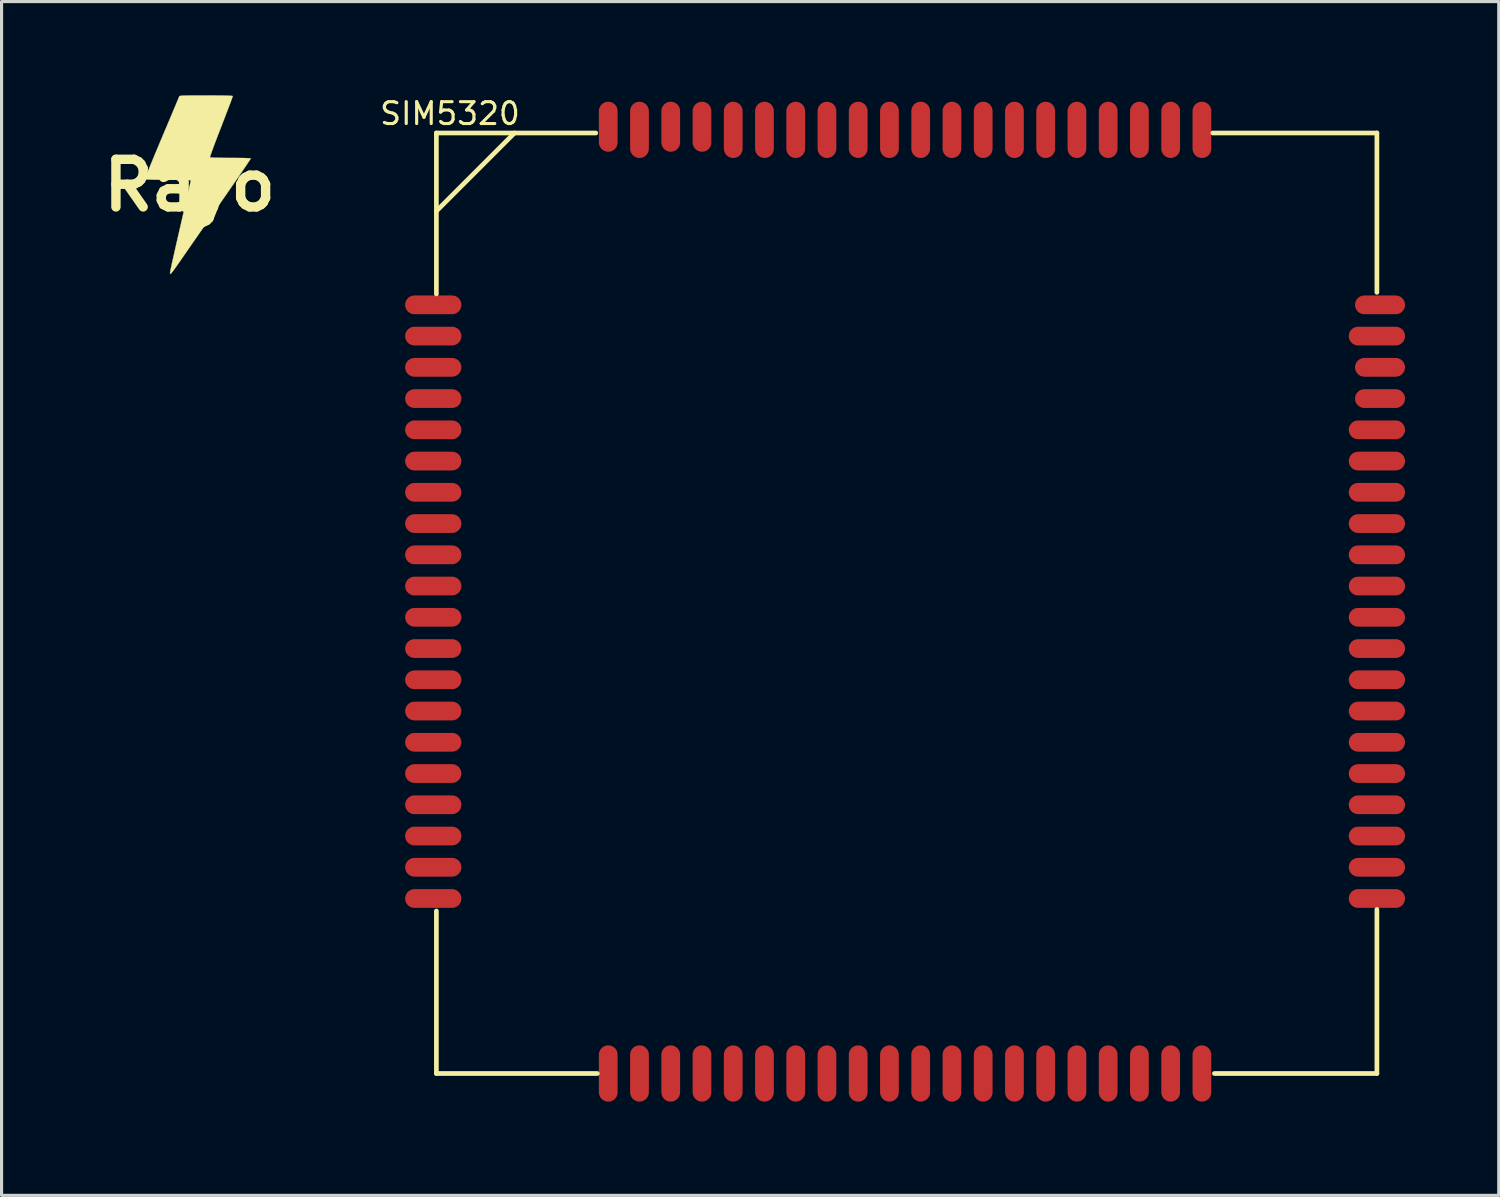
<source format=kicad_pcb>
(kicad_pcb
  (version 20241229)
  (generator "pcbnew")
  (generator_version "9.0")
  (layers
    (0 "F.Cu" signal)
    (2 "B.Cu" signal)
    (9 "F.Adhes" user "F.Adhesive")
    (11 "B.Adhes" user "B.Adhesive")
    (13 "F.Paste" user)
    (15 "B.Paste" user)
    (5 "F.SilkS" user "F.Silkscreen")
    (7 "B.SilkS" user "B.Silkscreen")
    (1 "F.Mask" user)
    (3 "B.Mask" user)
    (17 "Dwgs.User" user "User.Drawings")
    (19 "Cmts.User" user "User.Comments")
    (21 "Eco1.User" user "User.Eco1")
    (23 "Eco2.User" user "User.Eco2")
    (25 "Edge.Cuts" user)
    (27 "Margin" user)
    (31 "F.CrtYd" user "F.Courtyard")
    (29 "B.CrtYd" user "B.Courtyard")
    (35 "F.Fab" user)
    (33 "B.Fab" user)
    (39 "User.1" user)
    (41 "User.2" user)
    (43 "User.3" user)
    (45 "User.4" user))
  (footprint "SIM5320"
    (layer "F.Cu")
    (at 10.916 1.206)
    (property "Reference" "SIM5320" (at 0.435 -0.621 0) (layer "F.SilkS") (effects (font (size 0.7 0.7) (thickness 0.1))))
    (attr through_hole)
    (fp_line (start 0 0) (end 5.1 0) (stroke (width 0.15) (type solid)) (layer "F.SilkS"))
    (fp_line (start 0 2.5) (end 2.5 0) (stroke (width 0.15) (type solid)) (layer "F.SilkS"))
    (fp_line (start 0 5.15) (end 0 0) (stroke (width 0.15) (type solid)) (layer "F.SilkS"))
    (fp_line (start 0 30.1) (end 0 24.9) (stroke (width 0.15) (type solid)) (layer "F.SilkS"))
    (fp_line (start 5.15 30.1) (end 0 30.1) (stroke (width 0.15) (type solid)) (layer "F.SilkS"))
    (fp_line (start 24.85 0) (end 30.1 0) (stroke (width 0.15) (type solid)) (layer "F.SilkS"))
    (fp_line (start 30.1 0) (end 30.1 5.1) (stroke (width 0.15) (type solid)) (layer "F.SilkS"))
    (fp_line (start 30.1 24.85) (end 30.1 30.1) (stroke (width 0.15) (type solid)) (layer "F.SilkS"))
    (fp_line (start 30.1 30.1) (end 24.9 30.1) (stroke (width 0.15) (type solid)) (layer "F.SilkS"))
    (pad "1" smd oval (at -0.1 5.5) (size 1.8 0.6) (layers "F.Cu" "F.Mask" "F.Paste"))
    (pad "2" smd oval (at -0.1 6.5) (size 1.8 0.6) (layers "F.Cu" "F.Mask" "F.Paste"))
    (pad "3" smd oval (at -0.1 7.5) (size 1.8 0.6) (layers "F.Cu" "F.Mask" "F.Paste"))
    (pad "4" smd oval (at -0.1 8.5) (size 1.8 0.6) (layers "F.Cu" "F.Mask" "F.Paste"))
    (pad "5" smd oval (at -0.1 9.5) (size 1.8 0.6) (layers "F.Cu" "F.Mask" "F.Paste"))
    (pad "6" smd oval (at -0.1 10.5) (size 1.8 0.6) (layers "F.Cu" "F.Mask" "F.Paste"))
    (pad "7" smd oval (at -0.1 11.5) (size 1.8 0.6) (layers "F.Cu" "F.Mask" "F.Paste"))
    (pad "8" smd oval (at -0.1 12.5) (size 1.8 0.6) (layers "F.Cu" "F.Mask" "F.Paste"))
    (pad "9" smd oval (at -0.1 13.5) (size 1.8 0.6) (layers "F.Cu" "F.Mask" "F.Paste"))
    (pad "10" smd oval (at -0.1 14.5) (size 1.8 0.6) (layers "F.Cu" "F.Mask" "F.Paste"))
    (pad "11" smd oval (at -0.1 15.5) (size 1.8 0.6) (layers "F.Cu" "F.Mask" "F.Paste"))
    (pad "12" smd oval (at -0.1 16.5) (size 1.8 0.6) (layers "F.Cu" "F.Mask" "F.Paste"))
    (pad "13" smd oval (at -0.1 17.5) (size 1.8 0.6) (layers "F.Cu" "F.Mask" "F.Paste"))
    (pad "14" smd oval (at -0.1 18.5) (size 1.8 0.6) (layers "F.Cu" "F.Mask" "F.Paste"))
    (pad "15" smd oval (at -0.1 19.5) (size 1.8 0.6) (layers "F.Cu" "F.Mask" "F.Paste"))
    (pad "16" smd oval (at -0.1 20.5) (size 1.8 0.6) (layers "F.Cu" "F.Mask" "F.Paste"))
    (pad "17" smd oval (at -0.1 21.5) (size 1.8 0.6) (layers "F.Cu" "F.Mask" "F.Paste"))
    (pad "18" smd oval (at -0.1 22.5) (size 1.8 0.6) (layers "F.Cu" "F.Mask" "F.Paste"))
    (pad "19" smd oval (at -0.1 23.5) (size 1.8 0.6) (layers "F.Cu" "F.Mask" "F.Paste"))
    (pad "20" smd oval (at -0.1 24.5) (size 1.8 0.6) (layers "F.Cu" "F.Mask" "F.Paste"))
    (pad "21" smd oval (at 5.5 30.1) (size 0.6 1.8) (layers "F.Cu" "F.Mask" "F.Paste"))
    (pad "22" smd oval (at 6.5 30.1) (size 0.6 1.8) (layers "F.Cu" "F.Mask" "F.Paste"))
    (pad "23" smd oval (at 7.5 30.1) (size 0.6 1.8) (layers "F.Cu" "F.Mask" "F.Paste"))
    (pad "24" smd oval (at 8.5 30.1) (size 0.6 1.8) (layers "F.Cu" "F.Mask" "F.Paste"))
    (pad "25" smd oval (at 9.5 30.1) (size 0.6 1.8) (layers "F.Cu" "F.Mask" "F.Paste"))
    (pad "26" smd oval (at 10.5 30.1) (size 0.6 1.8) (layers "F.Cu" "F.Mask" "F.Paste"))
    (pad "27" smd oval (at 11.5 30.1) (size 0.6 1.8) (layers "F.Cu" "F.Mask" "F.Paste"))
    (pad "28" smd oval (at 12.5 30.1) (size 0.6 1.8) (layers "F.Cu" "F.Mask" "F.Paste"))
    (pad "29" smd oval (at 13.5 30.1) (size 0.6 1.8) (layers "F.Cu" "F.Mask" "F.Paste"))
    (pad "30" smd oval (at 14.5 30.1) (size 0.6 1.8) (layers "F.Cu" "F.Mask" "F.Paste"))
    (pad "31" smd oval (at 15.5 30.1) (size 0.6 1.8) (layers "F.Cu" "F.Mask" "F.Paste"))
    (pad "32" smd oval (at 16.5 30.1) (size 0.6 1.8) (layers "F.Cu" "F.Mask" "F.Paste"))
    (pad "33" smd oval (at 17.5 30.1) (size 0.6 1.8) (layers "F.Cu" "F.Mask" "F.Paste"))
    (pad "34" smd oval (at 18.5 30.1) (size 0.6 1.8) (layers "F.Cu" "F.Mask" "F.Paste"))
    (pad "35" smd oval (at 19.5 30.1) (size 0.6 1.8) (layers "F.Cu" "F.Mask" "F.Paste"))
    (pad "36" smd oval (at 20.5 30.1) (size 0.6 1.8) (layers "F.Cu" "F.Mask" "F.Paste"))
    (pad "37" smd oval (at 21.5 30.1) (size 0.6 1.8) (layers "F.Cu" "F.Mask" "F.Paste"))
    (pad "38" smd oval (at 22.5 30.1) (size 0.6 1.8) (layers "F.Cu" "F.Mask" "F.Paste"))
    (pad "39" smd oval (at 23.5 30.1) (size 0.6 1.8) (layers "F.Cu" "F.Mask" "F.Paste"))
    (pad "40" smd oval (at 24.5 30.1) (size 0.6 1.8) (layers "F.Cu" "F.Mask" "F.Paste"))
    (pad "41" smd oval (at 30.1 24.5) (size 1.8 0.6) (layers "F.Cu" "F.Mask" "F.Paste"))
    (pad "42" smd oval (at 30.1 23.5) (size 1.8 0.6) (layers "F.Cu" "F.Mask" "F.Paste"))
    (pad "43" smd oval (at 30.1 22.5) (size 1.8 0.6) (layers "F.Cu" "F.Mask" "F.Paste"))
    (pad "44" smd oval (at 30.1 21.5) (size 1.8 0.6) (layers "F.Cu" "F.Mask" "F.Paste"))
    (pad "45" smd oval (at 30.1 20.5) (size 1.8 0.6) (layers "F.Cu" "F.Mask" "F.Paste"))
    (pad "46" smd oval (at 30.1 19.5) (size 1.8 0.6) (layers "F.Cu" "F.Mask" "F.Paste"))
    (pad "47" smd oval (at 30.1 18.5) (size 1.8 0.6) (layers "F.Cu" "F.Mask" "F.Paste"))
    (pad "48" smd oval (at 30.1 17.5) (size 1.8 0.6) (layers "F.Cu" "F.Mask" "F.Paste"))
    (pad "49" smd oval (at 30.1 16.5) (size 1.8 0.6) (layers "F.Cu" "F.Mask" "F.Paste"))
    (pad "50" smd oval (at 30.1 15.5) (size 1.8 0.6) (layers "F.Cu" "F.Mask" "F.Paste"))
    (pad "51" smd oval (at 30.1 14.5) (size 1.8 0.6) (layers "F.Cu" "F.Mask" "F.Paste"))
    (pad "52" smd oval (at 30.1 13.5) (size 1.8 0.6) (layers "F.Cu" "F.Mask" "F.Paste"))
    (pad "53" smd oval (at 30.1 12.5) (size 1.8 0.6) (layers "F.Cu" "F.Mask" "F.Paste"))
    (pad "54" smd oval (at 30.1 11.5) (size 1.8 0.6) (layers "F.Cu" "F.Mask" "F.Paste"))
    (pad "55" smd oval (at 30.1 10.5) (size 1.8 0.6) (layers "F.Cu" "F.Mask" "F.Paste"))
    (pad "56" smd oval (at 30.1 9.5) (size 1.8 0.6) (layers "F.Cu" "F.Mask" "F.Paste"))
    (pad "57" smd oval (at 30.2 8.5) (size 1.6 0.6) (layers "F.Cu" "F.Mask" "F.Paste"))
    (pad "58" smd oval (at 30.2 7.5) (size 1.6 0.6) (layers "F.Cu" "F.Mask" "F.Paste"))
    (pad "59" smd oval (at 30.1 6.5) (size 1.8 0.6) (layers "F.Cu" "F.Mask" "F.Paste"))
    (pad "60" smd oval (at 30.2 5.5) (size 1.6 0.6) (layers "F.Cu" "F.Mask" "F.Paste"))
    (pad "61" smd oval (at 24.5 -0.1) (size 0.6 1.8) (layers "F.Cu" "F.Mask" "F.Paste"))
    (pad "62" smd oval (at 23.5 -0.1) (size 0.6 1.8) (layers "F.Cu" "F.Mask" "F.Paste"))
    (pad "63" smd oval (at 22.5 -0.1) (size 0.6 1.8) (layers "F.Cu" "F.Mask" "F.Paste"))
    (pad "64" smd oval (at 21.5 -0.1) (size 0.6 1.8) (layers "F.Cu" "F.Mask" "F.Paste"))
    (pad "65" smd oval (at 20.5 -0.1) (size 0.6 1.8) (layers "F.Cu" "F.Mask" "F.Paste"))
    (pad "66" smd oval (at 19.5 -0.1) (size 0.6 1.8) (layers "F.Cu" "F.Mask" "F.Paste"))
    (pad "67" smd oval (at 18.5 -0.1) (size 0.6 1.8) (layers "F.Cu" "F.Mask" "F.Paste"))
    (pad "68" smd oval (at 17.5 -0.1) (size 0.6 1.8) (layers "F.Cu" "F.Mask" "F.Paste"))
    (pad "69" smd oval (at 16.5 -0.1) (size 0.6 1.8) (layers "F.Cu" "F.Mask" "F.Paste"))
    (pad "70" smd oval (at 15.5 -0.1) (size 0.6 1.8) (layers "F.Cu" "F.Mask" "F.Paste"))
    (pad "71" smd oval (at 14.5 -0.1) (size 0.6 1.8) (layers "F.Cu" "F.Mask" "F.Paste"))
    (pad "72" smd oval (at 13.5 -0.1) (size 0.6 1.8) (layers "F.Cu" "F.Mask" "F.Paste"))
    (pad "73" smd oval (at 12.5 -0.1) (size 0.6 1.8) (layers "F.Cu" "F.Mask" "F.Paste"))
    (pad "74" smd oval (at 11.5 -0.1) (size 0.6 1.8) (layers "F.Cu" "F.Mask" "F.Paste"))
    (pad "75" smd oval (at 10.5 -0.1) (size 0.6 1.8) (layers "F.Cu" "F.Mask" "F.Paste"))
    (pad "76" smd oval (at 9.5 -0.1) (size 0.6 1.8) (layers "F.Cu" "F.Mask" "F.Paste"))
    (pad "77" smd oval (at 8.5 -0.2) (size 0.6 1.6) (layers "F.Cu" "F.Mask" "F.Paste"))
    (pad "78" smd oval (at 7.5 -0.2) (size 0.6 1.6) (layers "F.Cu" "F.Mask" "F.Paste"))
    (pad "79" smd oval (at 6.5 -0.1) (size 0.6 1.8) (layers "F.Cu" "F.Mask" "F.Paste"))
    (pad "80" smd oval (at 5.5 -0.2) (size 0.6 1.6) (layers "F.Cu" "F.Mask" "F.Paste")))
  (footprint "Rayo"
    (layer "F.Cu")
    (at 3.019 2.883)
    (property "Reference" "Rayo" (at 0 0 0) (layer "F.SilkS") (effects (font (size 1.524 1.524) (thickness 0.3))))
    (attr through_hole)
    (fp_poly (pts (xy 0.754 -2.877) (xy 0.947 -2.876) (xy 1.106 -2.874) (xy 1.23 -2.871) (xy 1.317 -2.867) (xy 1.367 -2.862) (xy 1.379 -2.858) (xy 1.376 -2.844) (xy 1.365 -2.813) (xy 1.348 -2.762) (xy 1.321 -2.69) (xy 1.285 -2.594) (xy 1.239 -2.473) (xy 1.182 -2.324) (xy 1.114 -2.145) (xy 1.033 -1.934) (xy 0.938 -1.689) (xy 0.881 -1.542) (xy 0.824 -1.392) (xy 0.772 -1.255) (xy 0.728 -1.133) (xy 0.692 -1.032) (xy 0.666 -0.956) (xy 0.652 -0.91) (xy 0.651 -0.897) (xy 0.673 -0.893) (xy 0.73 -0.889) (xy 0.819 -0.885) (xy 0.934 -0.883) (xy 1.071 -0.881) (xy 1.226 -0.879) (xy 1.31 -0.879) (xy 1.484 -0.879) (xy 1.635 -0.877) (xy 1.762 -0.875) (xy 1.86 -0.871) (xy 1.926 -0.867) (xy 1.957 -0.862) (xy 1.958 -0.861) (xy 1.947 -0.842) (xy 1.915 -0.793) (xy 1.863 -0.716) (xy 1.794 -0.613) (xy 1.709 -0.489) (xy 1.61 -0.344) (xy 1.498 -0.181) (xy 1.375 -0.003) (xy 1.244 0.187) (xy 1.105 0.388) (xy 1.066 0.443) (xy 0.914 0.662) (xy 0.761 0.883) (xy 0.608 1.103) (xy 0.46 1.318) (xy 0.318 1.523) (xy 0.185 1.714) (xy 0.064 1.888) (xy -0.041 2.04) (xy -0.129 2.167) (xy -0.185 2.248) (xy -0.294 2.406) (xy -0.383 2.534) (xy -0.454 2.634) (xy -0.509 2.711) (xy -0.551 2.765) (xy -0.581 2.801) (xy -0.601 2.822) (xy -0.615 2.829) (xy -0.623 2.827) (xy -0.627 2.823) (xy -0.628 2.814) (xy -0.626 2.796) (xy -0.621 2.765) (xy -0.613 2.72) (xy -0.6 2.659) (xy -0.583 2.579) (xy -0.562 2.479) (xy -0.534 2.356) (xy -0.501 2.209) (xy -0.462 2.036) (xy -0.416 1.834) (xy -0.363 1.601) (xy -0.302 1.337) (xy -0.233 1.037) (xy -0.156 0.701) (xy -0.139 0.63) (xy -0.1 0.459) (xy -0.064 0.3) (xy -0.032 0.158) (xy -0.004 0.037) (xy 0.018 -0.06) (xy 0.032 -0.127) (xy 0.04 -0.162) (xy 0.04 -0.165) (xy 0.021 -0.168) (xy -0.034 -0.171) (xy -0.12 -0.174) (xy -0.232 -0.177) (xy -0.367 -0.178) (xy -0.52 -0.179) (xy -0.686 -0.18) (xy -0.688 -0.18) (xy -0.875 -0.18) (xy -1.04 -0.182) (xy -1.18 -0.184) (xy -1.292 -0.187) (xy -1.373 -0.191) (xy -1.419 -0.196) (xy -1.428 -0.199) (xy -1.423 -0.22) (xy -1.402 -0.275) (xy -1.369 -0.36) (xy -1.324 -0.474) (xy -1.268 -0.612) (xy -1.202 -0.772) (xy -1.128 -0.951) (xy -1.047 -1.146) (xy -0.96 -1.354) (xy -0.893 -1.513) (xy -0.802 -1.728) (xy -0.715 -1.934) (xy -0.634 -2.126) (xy -0.56 -2.302) (xy -0.494 -2.459) (xy -0.438 -2.592) (xy -0.393 -2.701) (xy -0.359 -2.781) (xy -0.339 -2.829) (xy -0.334 -2.843) (xy -0.328 -2.851) (xy -0.317 -2.858) (xy -0.296 -2.864) (xy -0.261 -2.868) (xy -0.21 -2.872) (xy -0.138 -2.874) (xy -0.042 -2.876) (xy 0.081 -2.877) (xy 0.235 -2.878) (xy 0.425 -2.878) (xy 0.529 -2.878) (xy 0.754 -2.877)) (stroke (width 0.01) (type solid)) (fill yes) (layer "F.SilkS")))
  (gr_rect
    (start -3 -3)
    (end 44.916 35.206)
    (stroke (width 0.1) (type default))
    (fill no)
    (layer "Edge.Cuts")))
</source>
